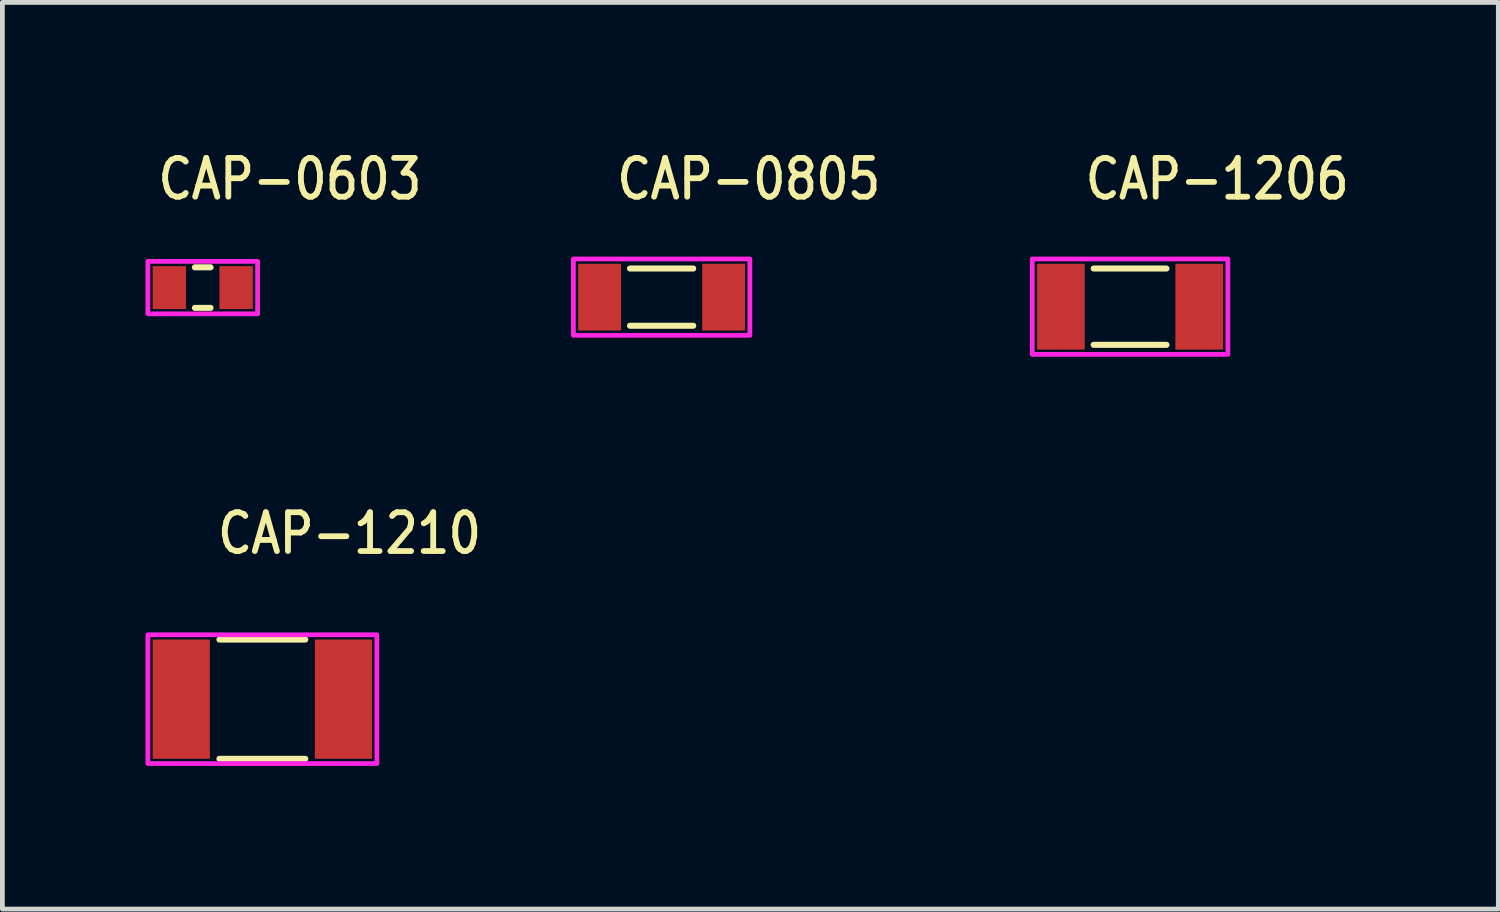
<source format=kicad_pcb>
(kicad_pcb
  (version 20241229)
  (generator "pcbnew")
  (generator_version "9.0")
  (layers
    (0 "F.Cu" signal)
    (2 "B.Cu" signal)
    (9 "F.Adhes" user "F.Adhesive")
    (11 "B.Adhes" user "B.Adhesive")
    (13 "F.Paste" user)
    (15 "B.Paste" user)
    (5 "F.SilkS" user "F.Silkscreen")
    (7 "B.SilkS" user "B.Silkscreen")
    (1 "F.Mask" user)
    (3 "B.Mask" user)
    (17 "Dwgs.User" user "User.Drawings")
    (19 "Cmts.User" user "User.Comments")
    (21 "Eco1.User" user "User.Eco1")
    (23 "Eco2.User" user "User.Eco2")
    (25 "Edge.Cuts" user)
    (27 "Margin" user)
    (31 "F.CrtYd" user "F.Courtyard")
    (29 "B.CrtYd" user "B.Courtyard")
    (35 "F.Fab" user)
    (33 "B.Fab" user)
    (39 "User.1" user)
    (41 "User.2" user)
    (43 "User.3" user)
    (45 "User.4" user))
  (footprint "CAP-0603"
    (layer "F.Cu")
    (at 1.2 2.979)
    (property "Reference" "CAP-0603" (at -1 -1.8 0) (unlocked yes) (layer "F.SilkS") (effects (font (size 0.813 0.695) (thickness 0.122)) (justify left bottom)))
    (fp_line (start -0.164 -0.425) (end 0.164 -0.425) (stroke (width 0.127) (type solid)) (layer "F.SilkS"))
    (fp_line (start -0.164 0.425) (end 0.164 0.425) (stroke (width 0.127) (type solid)) (layer "F.SilkS"))
    (fp_poly (pts (xy -1.15 -0.55) (xy 1.15 -0.55) (xy 1.15 0.55) (xy -1.15 0.55)) (stroke (width 0.1) (type solid)) (fill no) (layer "F.CrtYd"))
    (pad "1" smd rect (at -0.7 0) (size 0.7 0.9) (layers "F.Cu" "F.Mask" "F.Paste"))
    (pad "2" smd rect (at 0.7 0) (size 0.7 0.9) (layers "F.Cu" "F.Mask" "F.Paste")))
  (footprint "CAP-0805"
    (layer "F.Cu")
    (at 10.82 3.179)
    (property "Reference" "CAP-0805" (at -1 -2 0) (unlocked yes) (layer "F.SilkS") (effects (font (size 0.813 0.695) (thickness 0.122)) (justify left bottom)))
    (fp_line (start -0.663 -0.6) (end 0.663 -0.6) (stroke (width 0.127) (type solid)) (layer "F.SilkS"))
    (fp_line (start -0.663 0.6) (end 0.663 0.6) (stroke (width 0.127) (type solid)) (layer "F.SilkS"))
    (fp_poly (pts (xy -1.85 -0.8) (xy 1.85 -0.8) (xy 1.85 0.8) (xy -1.85 0.8)) (stroke (width 0.1) (type solid)) (fill no) (layer "F.CrtYd"))
    (pad "1" smd rect (at -1.3 0) (size 0.9 1.4) (layers "F.Cu" "F.Mask" "F.Paste"))
    (pad "2" smd rect (at 1.3 0) (size 0.9 1.4) (layers "F.Cu" "F.Mask" "F.Paste")))
  (footprint "CAP-1206"
    (layer "F.Cu")
    (at 20.64 3.379)
    (property "Reference" "CAP-1206" (at -1 -2.2 0) (unlocked yes) (layer "F.SilkS") (effects (font (size 0.813 0.695) (thickness 0.122)) (justify left bottom)))
    (fp_line (start -0.763 -0.8) (end 0.763 -0.8) (stroke (width 0.127) (type solid)) (layer "F.SilkS"))
    (fp_line (start -0.763 0.8) (end 0.763 0.8) (stroke (width 0.127) (type solid)) (layer "F.SilkS"))
    (fp_poly (pts (xy -2.05 -1) (xy 2.05 -1) (xy 2.05 1) (xy -2.05 1)) (stroke (width 0.1) (type solid)) (fill no) (layer "F.CrtYd"))
    (pad "1" smd rect (at -1.45 0) (size 1 1.8) (layers "F.Cu" "F.Mask" "F.Paste"))
    (pad "2" smd rect (at 1.45 0) (size 1 1.8) (layers "F.Cu" "F.Mask" "F.Paste")))
  (footprint "CAP-1210"
    (layer "F.Cu")
    (at 2.45 11.607)
    (property "Reference" "CAP-1210" (at -1 -3 0) (unlocked yes) (layer "F.SilkS") (effects (font (size 0.813 0.695) (thickness 0.122)) (justify left bottom)))
    (fp_line (start -0.9 -1.25) (end 0.9 -1.25) (stroke (width 0.127) (type solid)) (layer "F.SilkS"))
    (fp_line (start -0.9 1.25) (end 0.9 1.25) (stroke (width 0.127) (type solid)) (layer "F.SilkS"))
    (fp_poly (pts (xy -2.4 -1.35) (xy 2.4 -1.35) (xy 2.4 1.35) (xy -2.4 1.35)) (stroke (width 0.1) (type solid)) (fill no) (layer "F.CrtYd"))
    (pad "1" smd rect (at -1.7 0) (size 1.2 2.5) (layers "F.Cu" "F.Mask" "F.Paste"))
    (pad "2" smd rect (at 1.7 0) (size 1.2 2.5) (layers "F.Cu" "F.Mask" "F.Paste")))
  (gr_rect
    (start -3 -3)
    (end 28.36 16.007)
    (stroke (width 0.1) (type default))
    (fill no)
    (layer "Edge.Cuts")))
</source>
